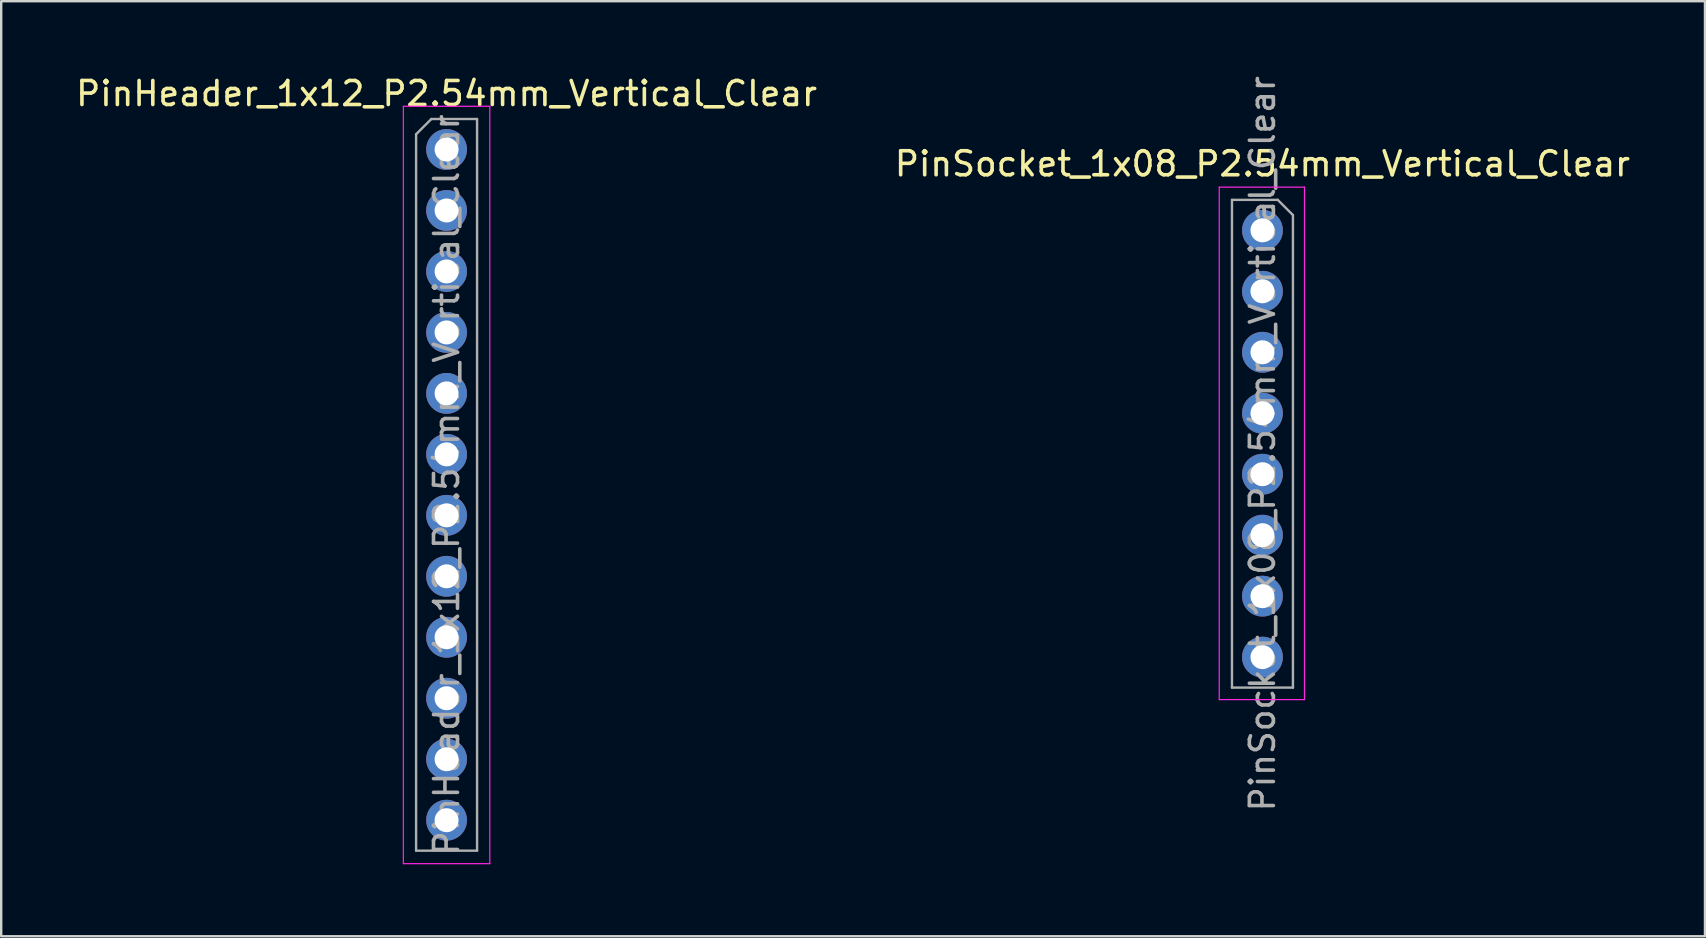
<source format=kicad_pcb>
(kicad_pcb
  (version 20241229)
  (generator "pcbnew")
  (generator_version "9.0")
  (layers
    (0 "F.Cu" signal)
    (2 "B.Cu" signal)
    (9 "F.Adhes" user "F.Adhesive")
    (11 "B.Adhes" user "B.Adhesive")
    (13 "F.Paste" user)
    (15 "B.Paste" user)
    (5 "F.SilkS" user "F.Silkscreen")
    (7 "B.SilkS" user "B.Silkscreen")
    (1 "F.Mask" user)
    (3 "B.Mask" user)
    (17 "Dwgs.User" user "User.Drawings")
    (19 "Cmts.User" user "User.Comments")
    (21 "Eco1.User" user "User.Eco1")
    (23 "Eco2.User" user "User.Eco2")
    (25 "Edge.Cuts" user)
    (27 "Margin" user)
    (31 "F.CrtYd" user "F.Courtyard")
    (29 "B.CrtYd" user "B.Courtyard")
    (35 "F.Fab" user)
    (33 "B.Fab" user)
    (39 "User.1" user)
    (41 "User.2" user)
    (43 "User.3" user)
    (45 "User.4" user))
  (footprint "PinHeader_1x12_P2.54mm_Vertical_Clear"
    (layer "F.Cu")
    (at 15.554 3.178)
    (property "Reference" "PinHeader_1x12_P2.54mm_Vertical_Clear" (at 0 -2.33 0) (layer "F.SilkS") (effects (font (size 1 1) (thickness 0.15))))
    (attr through_hole)
    (fp_line (start -1.8 -1.8) (end -1.8 29.75) (stroke (width 0.05) (type solid)) (layer "F.CrtYd"))
    (fp_line (start -1.8 29.75) (end 1.8 29.75) (stroke (width 0.05) (type solid)) (layer "F.CrtYd"))
    (fp_line (start 1.8 -1.8) (end -1.8 -1.8) (stroke (width 0.05) (type solid)) (layer "F.CrtYd"))
    (fp_line (start 1.8 29.75) (end 1.8 -1.8) (stroke (width 0.05) (type solid)) (layer "F.CrtYd"))
    (fp_line (start -1.27 -0.635) (end -0.635 -1.27) (stroke (width 0.1) (type solid)) (layer "F.Fab"))
    (fp_line (start -1.27 29.21) (end -1.27 -0.635) (stroke (width 0.1) (type solid)) (layer "F.Fab"))
    (fp_line (start -0.635 -1.27) (end 1.27 -1.27) (stroke (width 0.1) (type solid)) (layer "F.Fab"))
    (fp_line (start 1.27 -1.27) (end 1.27 29.21) (stroke (width 0.1) (type solid)) (layer "F.Fab"))
    (fp_line (start 1.27 29.21) (end -1.27 29.21) (stroke (width 0.1) (type solid)) (layer "F.Fab"))
    (fp_text user "${REFERENCE}" (at 0 13.97 90) (layer "F.Fab") (effects (font (size 1 1) (thickness 0.15))))
    (pad "1" thru_hole circle (at 0 0) (size 1.7 1.7) (drill 1) (layers "*.Cu" "*.Mask"))
    (pad "2" thru_hole oval (at 0 2.54) (size 1.7 1.7) (drill 1) (layers "*.Cu" "*.Mask"))
    (pad "3" thru_hole oval (at 0 5.08) (size 1.7 1.7) (drill 1) (layers "*.Cu" "*.Mask"))
    (pad "4" thru_hole oval (at 0 7.62) (size 1.7 1.7) (drill 1) (layers "*.Cu" "*.Mask"))
    (pad "5" thru_hole oval (at 0 10.16) (size 1.7 1.7) (drill 1) (layers "*.Cu" "*.Mask"))
    (pad "6" thru_hole oval (at 0 12.7) (size 1.7 1.7) (drill 1) (layers "*.Cu" "*.Mask"))
    (pad "7" thru_hole oval (at 0 15.24) (size 1.7 1.7) (drill 1) (layers "*.Cu" "*.Mask"))
    (pad "8" thru_hole oval (at 0 17.78) (size 1.7 1.7) (drill 1) (layers "*.Cu" "*.Mask"))
    (pad "9" thru_hole oval (at 0 20.32) (size 1.7 1.7) (drill 1) (layers "*.Cu" "*.Mask"))
    (pad "10" thru_hole oval (at 0 22.86) (size 1.7 1.7) (drill 1) (layers "*.Cu" "*.Mask"))
    (pad "11" thru_hole oval (at 0 25.4) (size 1.7 1.7) (drill 1) (layers "*.Cu" "*.Mask"))
    (pad "12" thru_hole oval (at 0 27.94) (size 1.7 1.7) (drill 1) (layers "*.Cu" "*.Mask")))
  (footprint "PinSocket_1x08_P2.54mm_Vertical_Clear"
    (layer "F.Cu")
    (at 49.542 6.545)
    (property "Reference" "PinSocket_1x08_P2.54mm_Vertical_Clear" (at 0 -2.77 0) (layer "F.SilkS") (effects (font (size 1 1) (thickness 0.15))))
    (attr through_hole)
    (fp_line (start -1.8 -1.8) (end 1.75 -1.8) (stroke (width 0.05) (type solid)) (layer "F.CrtYd"))
    (fp_line (start -1.8 19.55) (end -1.8 -1.8) (stroke (width 0.05) (type solid)) (layer "F.CrtYd"))
    (fp_line (start 1.75 -1.8) (end 1.75 19.55) (stroke (width 0.05) (type solid)) (layer "F.CrtYd"))
    (fp_line (start 1.75 19.55) (end -1.8 19.55) (stroke (width 0.05) (type solid)) (layer "F.CrtYd"))
    (fp_line (start -1.27 -1.27) (end 0.635 -1.27) (stroke (width 0.1) (type solid)) (layer "F.Fab"))
    (fp_line (start -1.27 19.05) (end -1.27 -1.27) (stroke (width 0.1) (type solid)) (layer "F.Fab"))
    (fp_line (start 0.635 -1.27) (end 1.27 -0.635) (stroke (width 0.1) (type solid)) (layer "F.Fab"))
    (fp_line (start 1.27 -0.635) (end 1.27 19.05) (stroke (width 0.1) (type solid)) (layer "F.Fab"))
    (fp_line (start 1.27 19.05) (end -1.27 19.05) (stroke (width 0.1) (type solid)) (layer "F.Fab"))
    (fp_text user "${REFERENCE}" (at 0 8.89 90) (layer "F.Fab") (effects (font (size 1 1) (thickness 0.15))))
    (pad "1" thru_hole circle (at 0 0) (size 1.7 1.7) (drill 1) (layers "*.Cu" "*.Mask"))
    (pad "2" thru_hole oval (at 0 2.54) (size 1.7 1.7) (drill 1) (layers "*.Cu" "*.Mask"))
    (pad "3" thru_hole oval (at 0 5.08) (size 1.7 1.7) (drill 1) (layers "*.Cu" "*.Mask"))
    (pad "4" thru_hole oval (at 0 7.62) (size 1.7 1.7) (drill 1) (layers "*.Cu" "*.Mask"))
    (pad "5" thru_hole oval (at 0 10.16) (size 1.7 1.7) (drill 1) (layers "*.Cu" "*.Mask"))
    (pad "6" thru_hole oval (at 0 12.7) (size 1.7 1.7) (drill 1) (layers "*.Cu" "*.Mask"))
    (pad "7" thru_hole oval (at 0 15.24) (size 1.7 1.7) (drill 1) (layers "*.Cu" "*.Mask"))
    (pad "8" thru_hole oval (at 0 17.78) (size 1.7 1.7) (drill 1) (layers "*.Cu" "*.Mask")))
  (gr_rect
    (start -3 -3)
    (end 67.976 35.953)
    (stroke (width 0.1) (type default))
    (fill no)
    (layer "Edge.Cuts")))
</source>
